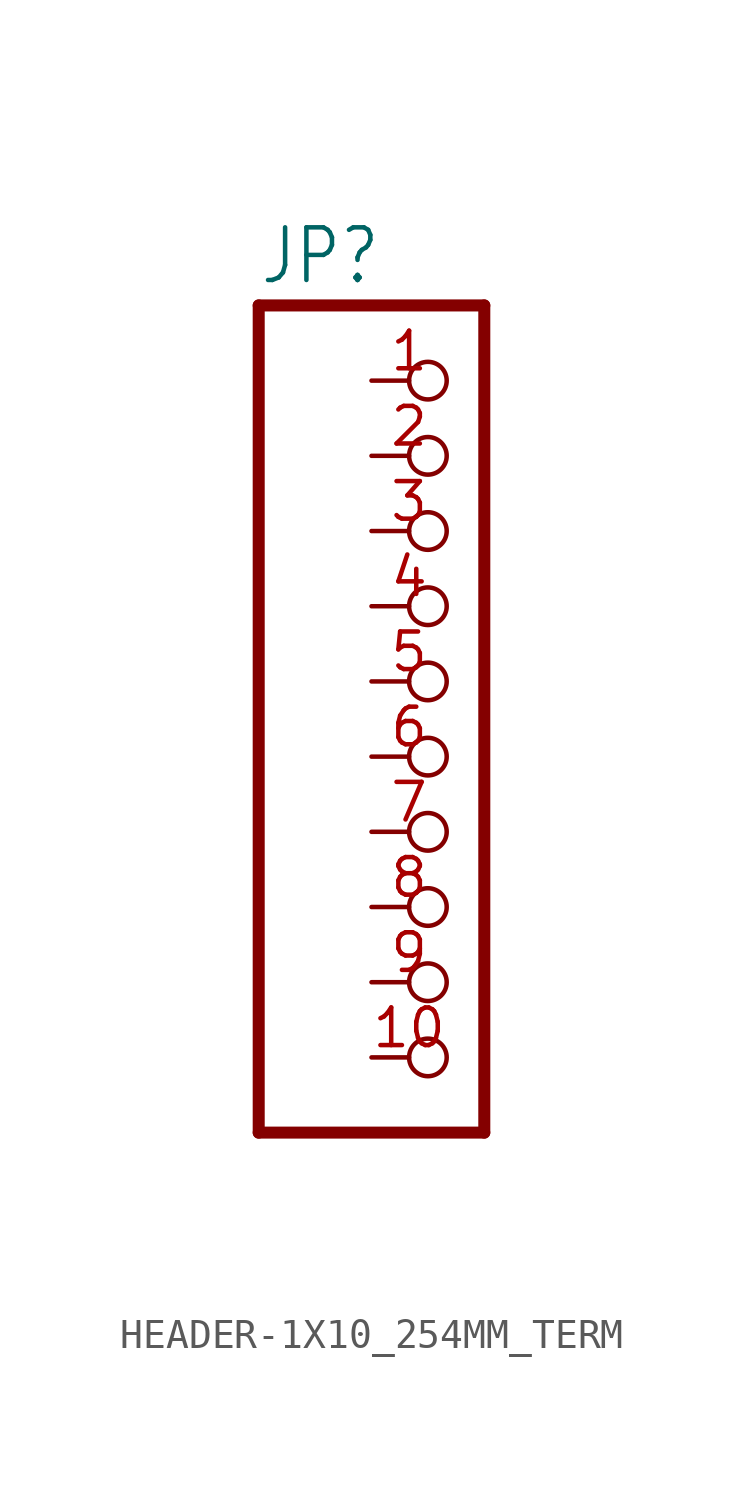
<source format=kicad_sym>
(kicad_symbol_lib
  (version 20231120)
  (generator "kicad_symbol_editor")
  (generator_version "8.0")
  (symbol "HEADER-1X10_254MM_TERM"
    (property "Reference" "JP"
      (at -6.35 13.335 0)
      (effects (font (size 1.778 1.511)) (justify left bottom)))
    (property "Value" ""
      (at -6.35 -17.78 0)
      (effects (font (size 1.778 1.511)) (justify left bottom)))
    (property "ki_locked" ""
      (at 0 0 0)
      (effects (font (size 1.27 1.27))))
    (symbol "HEADER-1X10_254MM_TERM_1_0"
      (polyline (pts (xy -6.35 -15.24) (xy 1.27 -15.24)) (stroke (width 0.406) (type solid)) (fill (type none)))
      (polyline (pts (xy -6.35 12.7) (xy -6.35 -15.24)) (stroke (width 0.406) (type solid)) (fill (type none)))
      (polyline (pts (xy 1.27 -15.24) (xy 1.27 12.7)) (stroke (width 0.406) (type solid)) (fill (type none)))
      (polyline (pts (xy 1.27 12.7) (xy -6.35 12.7)) (stroke (width 0.406) (type solid)) (fill (type none)))
      (pin passive inverted (at -2.54 10.16 0) (length 2.54) (name "1" (effects (font (size 0 0)))) (number "1" (effects (font (size 1.27 1.27)))))
      (pin passive inverted (at -2.54 -12.7 0) (length 2.54) (name "10" (effects (font (size 0 0)))) (number "10" (effects (font (size 1.27 1.27)))))
      (pin passive inverted (at -2.54 7.62 0) (length 2.54) (name "2" (effects (font (size 0 0)))) (number "2" (effects (font (size 1.27 1.27)))))
      (pin passive inverted (at -2.54 5.08 0) (length 2.54) (name "3" (effects (font (size 0 0)))) (number "3" (effects (font (size 1.27 1.27)))))
      (pin passive inverted (at -2.54 2.54 0) (length 2.54) (name "4" (effects (font (size 0 0)))) (number "4" (effects (font (size 1.27 1.27)))))
      (pin passive inverted (at -2.54 0 0) (length 2.54) (name "5" (effects (font (size 0 0)))) (number "5" (effects (font (size 1.27 1.27)))))
      (pin passive inverted (at -2.54 -2.54 0) (length 2.54) (name "6" (effects (font (size 0 0)))) (number "6" (effects (font (size 1.27 1.27)))))
      (pin passive inverted (at -2.54 -5.08 0) (length 2.54) (name "7" (effects (font (size 0 0)))) (number "7" (effects (font (size 1.27 1.27)))))
      (pin passive inverted (at -2.54 -7.62 0) (length 2.54) (name "8" (effects (font (size 0 0)))) (number "8" (effects (font (size 1.27 1.27)))))
      (pin passive inverted (at -2.54 -10.16 0) (length 2.54) (name "9" (effects (font (size 0 0)))) (number "9" (effects (font (size 1.27 1.27))))))))
</source>
